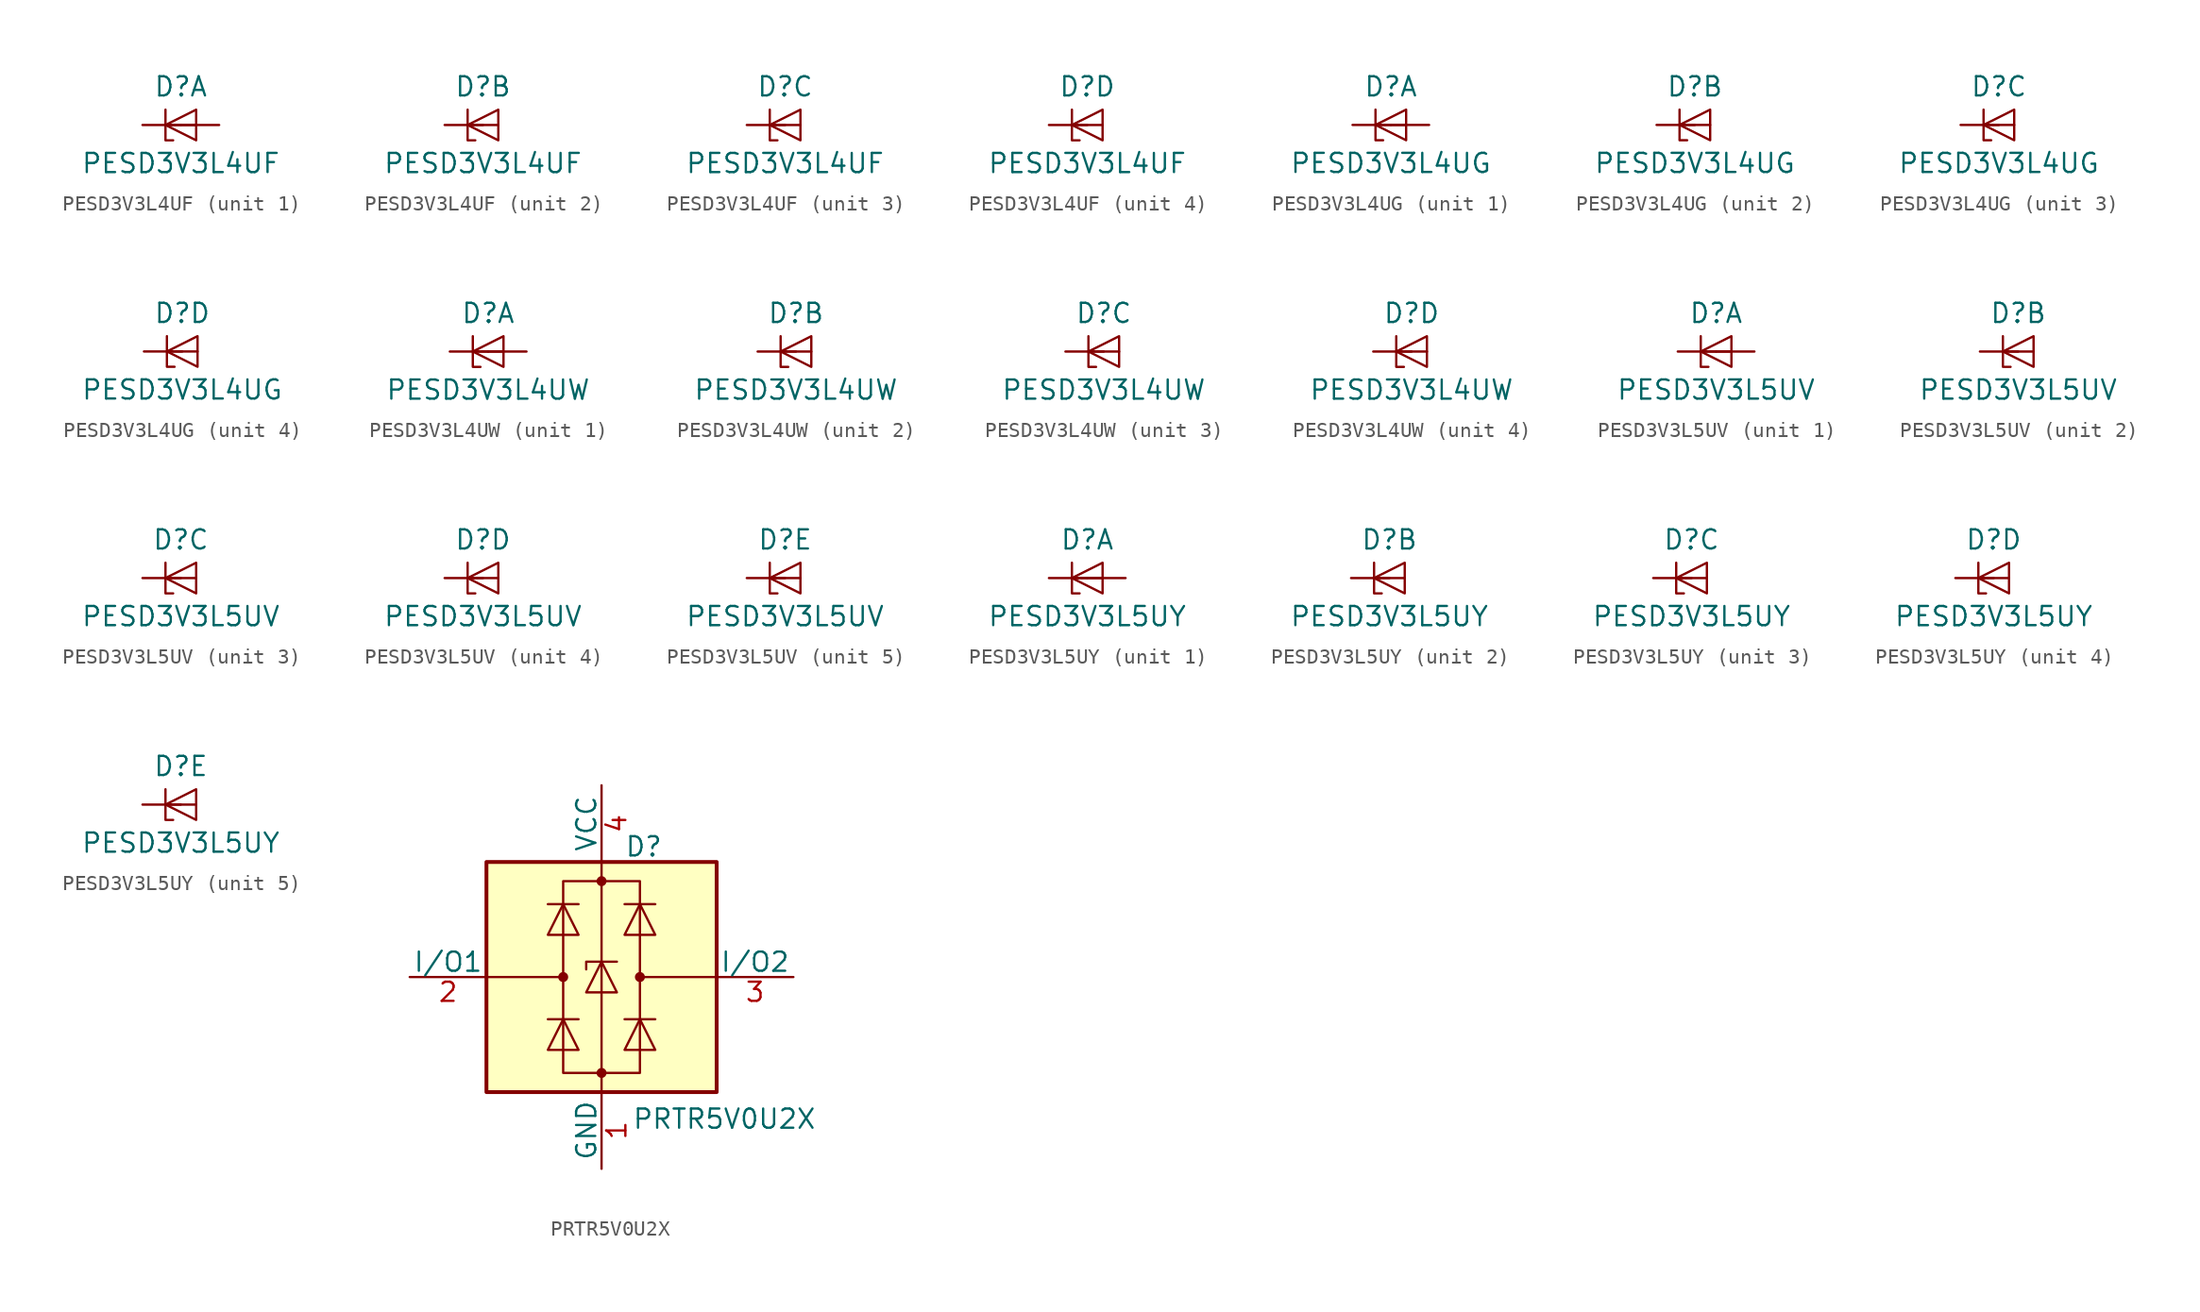
<source format=kicad_sym>
(kicad_symbol_lib
  (version 20201005)
  (generator kicad_symbol_editor)
  (symbol "PESD3V3L4UF"
    (pin_numbers hide)
    (pin_names hide)
    (property "Reference" "D"
      (at 0 2.54 0)
      (effects (font (size 1.27 1.27))))
    (property "Value" "PESD3V3L4UF"
      (at 0 -2.54 0)
      (effects (font (size 1.27 1.27))))
    (property "ki_locked" ""
      (at 0 0 0)
      (effects (font (size 1.27 1.27))))
    (symbol "PESD3V3L4UF_0_1"
      (polyline (pts (xy -1.016 0) (xy 1.016 0)) (stroke (width 0)) (fill (type none)))
      (polyline (pts (xy -1.016 1.016) (xy -1.016 -1.016) (xy -0.508 -1.016)) (stroke (width 0)) (fill (type none)))
      (polyline (pts (xy 1.016 1.016) (xy -1.016 0) (xy 1.016 -1.016) (xy 1.016 1.016)) (stroke (width 0)) (fill (type none))))
    (symbol "PESD3V3L4UF_1_1"
      (pin passive line (at -2.54 0 0) (length 2.54) (name "K1" (effects (font (size 1.27 1.27)))) (number "1" (effects (font (size 1.27 1.27)))))
      (pin passive line (at 2.54 0 180) (length 2.54) (name "A" (effects (font (size 1.27 1.27)))) (number "2" (effects (font (size 1.27 1.27)))))
      (pin passive line (at 2.54 0 180) (length 2.54) hide (name "A" (effects (font (size 1.27 1.27)))) (number "5" (effects (font (size 1.27 1.27))))))
    (symbol "PESD3V3L4UF_2_1"
      (pin passive line (at -2.54 0 0) (length 2.54) (name "K2" (effects (font (size 1.27 1.27)))) (number "3" (effects (font (size 1.27 1.27))))))
    (symbol "PESD3V3L4UF_3_1"
      (pin passive line (at -2.54 0 0) (length 2.54) (name "K3" (effects (font (size 1.27 1.27)))) (number "4" (effects (font (size 1.27 1.27))))))
    (symbol "PESD3V3L4UF_4_1"
      (pin passive line (at -2.54 0 0) (length 2.54) (name "K4" (effects (font (size 1.27 1.27)))) (number "6" (effects (font (size 1.27 1.27)))))))
  (symbol "PESD3V3L4UG"
    (pin_numbers hide)
    (pin_names hide)
    (property "Reference" "D"
      (at 0 2.54 0)
      (effects (font (size 1.27 1.27))))
    (property "Value" "PESD3V3L4UG"
      (at 0 -2.54 0)
      (effects (font (size 1.27 1.27))))
    (property "ki_locked" ""
      (at 0 0 0)
      (effects (font (size 1.27 1.27))))
    (symbol "PESD3V3L4UG_0_1"
      (polyline (pts (xy -1.016 0) (xy 1.016 0)) (stroke (width 0)) (fill (type none)))
      (polyline (pts (xy -1.016 1.016) (xy -1.016 -1.016) (xy -0.508 -1.016)) (stroke (width 0)) (fill (type none)))
      (polyline (pts (xy 1.016 1.016) (xy -1.016 0) (xy 1.016 -1.016) (xy 1.016 1.016)) (stroke (width 0)) (fill (type none))))
    (symbol "PESD3V3L4UG_1_1"
      (pin passive line (at -2.54 0 0) (length 2.54) (name "K1" (effects (font (size 1.27 1.27)))) (number "1" (effects (font (size 1.27 1.27)))))
      (pin passive line (at 2.54 0 180) (length 2.54) (name "A" (effects (font (size 1.27 1.27)))) (number "2" (effects (font (size 1.27 1.27))))))
    (symbol "PESD3V3L4UG_2_1"
      (pin passive line (at -2.54 0 0) (length 2.54) (name "K2" (effects (font (size 1.27 1.27)))) (number "3" (effects (font (size 1.27 1.27))))))
    (symbol "PESD3V3L4UG_3_1"
      (pin passive line (at -2.54 0 0) (length 2.54) (name "K3" (effects (font (size 1.27 1.27)))) (number "4" (effects (font (size 1.27 1.27))))))
    (symbol "PESD3V3L4UG_4_1"
      (pin passive line (at -2.54 0 0) (length 2.54) (name "K4" (effects (font (size 1.27 1.27)))) (number "6" (effects (font (size 1.27 1.27)))))))
  (symbol "PESD3V3L4UW"
    (pin_numbers hide)
    (pin_names hide)
    (property "Reference" "D"
      (at 0 2.54 0)
      (effects (font (size 1.27 1.27))))
    (property "Value" "PESD3V3L4UW"
      (at 0 -2.54 0)
      (effects (font (size 1.27 1.27))))
    (property "ki_locked" ""
      (at 0 0 0)
      (effects (font (size 1.27 1.27))))
    (symbol "PESD3V3L4UW_0_1"
      (polyline (pts (xy -1.016 0) (xy 1.016 0)) (stroke (width 0)) (fill (type none)))
      (polyline (pts (xy -1.016 1.016) (xy -1.016 -1.016) (xy -0.508 -1.016)) (stroke (width 0)) (fill (type none)))
      (polyline (pts (xy 1.016 1.016) (xy -1.016 0) (xy 1.016 -1.016) (xy 1.016 1.016)) (stroke (width 0)) (fill (type none))))
    (symbol "PESD3V3L4UW_1_1"
      (pin passive line (at -2.54 0 0) (length 2.54) (name "K1" (effects (font (size 1.27 1.27)))) (number "1" (effects (font (size 1.27 1.27)))))
      (pin passive line (at 2.54 0 180) (length 2.54) (name "A" (effects (font (size 1.27 1.27)))) (number "2" (effects (font (size 1.27 1.27))))))
    (symbol "PESD3V3L4UW_2_1"
      (pin passive line (at -2.54 0 0) (length 2.54) (name "K2" (effects (font (size 1.27 1.27)))) (number "3" (effects (font (size 1.27 1.27))))))
    (symbol "PESD3V3L4UW_3_1"
      (pin passive line (at -2.54 0 0) (length 2.54) (name "K3" (effects (font (size 1.27 1.27)))) (number "4" (effects (font (size 1.27 1.27))))))
    (symbol "PESD3V3L4UW_4_1"
      (pin passive line (at -2.54 0 0) (length 2.54) (name "K4" (effects (font (size 1.27 1.27)))) (number "6" (effects (font (size 1.27 1.27)))))))
  (symbol "PESD3V3L5UV"
    (pin_numbers hide)
    (pin_names hide)
    (property "Reference" "D"
      (at 0 2.54 0)
      (effects (font (size 1.27 1.27))))
    (property "Value" "PESD3V3L5UV"
      (at 0 -2.54 0)
      (effects (font (size 1.27 1.27))))
    (property "ki_locked" ""
      (at 0 0 0)
      (effects (font (size 1.27 1.27))))
    (symbol "PESD3V3L5UV_0_1"
      (polyline (pts (xy -1.016 0) (xy 1.016 0)) (stroke (width 0)) (fill (type none)))
      (polyline (pts (xy -1.016 1.016) (xy -1.016 -1.016) (xy -0.508 -1.016)) (stroke (width 0)) (fill (type none)))
      (polyline (pts (xy 1.016 1.016) (xy -1.016 0) (xy 1.016 -1.016) (xy 1.016 1.016)) (stroke (width 0)) (fill (type none))))
    (symbol "PESD3V3L5UV_1_1"
      (pin passive line (at -2.54 0 0) (length 2.54) (name "K1" (effects (font (size 1.27 1.27)))) (number "1" (effects (font (size 1.27 1.27)))))
      (pin passive line (at 2.54 0 180) (length 2.54) (name "A" (effects (font (size 1.27 1.27)))) (number "2" (effects (font (size 1.27 1.27))))))
    (symbol "PESD3V3L5UV_2_1"
      (pin passive line (at -2.54 0 0) (length 2.54) (name "K2" (effects (font (size 1.27 1.27)))) (number "3" (effects (font (size 1.27 1.27))))))
    (symbol "PESD3V3L5UV_3_1"
      (pin passive line (at -2.54 0 0) (length 2.54) (name "K3" (effects (font (size 1.27 1.27)))) (number "4" (effects (font (size 1.27 1.27))))))
    (symbol "PESD3V3L5UV_4_1"
      (pin passive line (at -2.54 0 0) (length 2.54) (name "K4" (effects (font (size 1.27 1.27)))) (number "5" (effects (font (size 1.27 1.27))))))
    (symbol "PESD3V3L5UV_5_1"
      (pin passive line (at -2.54 0 0) (length 2.54) (name "K5" (effects (font (size 1.27 1.27)))) (number "6" (effects (font (size 1.27 1.27)))))))
  (symbol "PESD3V3L5UY"
    (pin_numbers hide)
    (pin_names hide)
    (property "Reference" "D"
      (at 0 2.54 0)
      (effects (font (size 1.27 1.27))))
    (property "Value" "PESD3V3L5UY"
      (at 0 -2.54 0)
      (effects (font (size 1.27 1.27))))
    (property "ki_locked" ""
      (at 0 0 0)
      (effects (font (size 1.27 1.27))))
    (symbol "PESD3V3L5UY_0_1"
      (polyline (pts (xy -1.016 0) (xy 1.016 0)) (stroke (width 0)) (fill (type none)))
      (polyline (pts (xy -1.016 1.016) (xy -1.016 -1.016) (xy -0.508 -1.016)) (stroke (width 0)) (fill (type none)))
      (polyline (pts (xy 1.016 1.016) (xy -1.016 0) (xy 1.016 -1.016) (xy 1.016 1.016)) (stroke (width 0)) (fill (type none))))
    (symbol "PESD3V3L5UY_1_1"
      (pin passive line (at -2.54 0 0) (length 2.54) (name "K1" (effects (font (size 1.27 1.27)))) (number "1" (effects (font (size 1.27 1.27)))))
      (pin passive line (at 2.54 0 180) (length 2.54) (name "A" (effects (font (size 1.27 1.27)))) (number "2" (effects (font (size 1.27 1.27))))))
    (symbol "PESD3V3L5UY_2_1"
      (pin passive line (at -2.54 0 0) (length 2.54) (name "K2" (effects (font (size 1.27 1.27)))) (number "3" (effects (font (size 1.27 1.27))))))
    (symbol "PESD3V3L5UY_3_1"
      (pin passive line (at -2.54 0 0) (length 2.54) (name "K3" (effects (font (size 1.27 1.27)))) (number "4" (effects (font (size 1.27 1.27))))))
    (symbol "PESD3V3L5UY_4_1"
      (pin passive line (at -2.54 0 0) (length 2.54) (name "K4" (effects (font (size 1.27 1.27)))) (number "5" (effects (font (size 1.27 1.27))))))
    (symbol "PESD3V3L5UY_5_1"
      (pin passive line (at -2.54 0 0) (length 2.54) (name "K5" (effects (font (size 1.27 1.27)))) (number "6" (effects (font (size 1.27 1.27)))))))
  (symbol "PRTR5V0U2X"
    (pin_names
      (offset 0))
    (property "Reference" "D"
      (at 2.794 8.636 0)
      (effects (font (size 1.27 1.27))))
    (property "Value" "PRTR5V0U2X"
      (at 8.128 -9.398 0)
      (effects (font (size 1.27 1.27))))
    (symbol "PRTR5V0U2X_0_1"
      (circle (center -2.54 0) (radius 0.254) (stroke (width 0)) (fill (type outline)))
      (circle (center 0 -6.35) (radius 0.254) (stroke (width 0)) (fill (type outline)))
      (circle (center 0 6.35) (radius 0.254) (stroke (width 0)) (fill (type outline)))
      (circle (center 2.54 0) (radius 0.254) (stroke (width 0)) (fill (type outline)))
      (rectangle (start -7.62 -7.62) (end 7.62 7.62) (stroke (width 0.254)) (fill (type background)))
      (rectangle (start -2.54 6.35) (end 2.54 -6.35) (stroke (width 0)) (fill (type none)))
      (polyline (pts (xy -2.54 0) (xy -7.62 0)) (stroke (width 0)) (fill (type none)))
      (polyline (pts (xy -1.524 -2.794) (xy -3.556 -2.794)) (stroke (width 0)) (fill (type none)))
      (polyline (pts (xy -1.524 4.826) (xy -3.556 4.826)) (stroke (width 0)) (fill (type none)))
      (polyline (pts (xy 0 -7.62) (xy 0 7.62)) (stroke (width 0)) (fill (type none)))
      (polyline (pts (xy 1.524 -2.794) (xy 3.556 -2.794)) (stroke (width 0)) (fill (type none)))
      (polyline (pts (xy 1.524 4.826) (xy 3.556 4.826)) (stroke (width 0)) (fill (type none)))
      (polyline (pts (xy 2.54 0) (xy 7.62 0)) (stroke (width 0)) (fill (type none)))
      (polyline (pts (xy 1.016 1.016) (xy -1.016 1.016) (xy -1.016 0.508)) (stroke (width 0)) (fill (type none)))
      (polyline (pts (xy -3.556 -4.826) (xy -1.524 -4.826) (xy -2.54 -2.794) (xy -3.556 -4.826)) (stroke (width 0)) (fill (type none)))
      (polyline (pts (xy -3.556 2.794) (xy -1.524 2.794) (xy -2.54 4.826) (xy -3.556 2.794)) (stroke (width 0)) (fill (type none)))
      (polyline (pts (xy -1.016 -1.016) (xy 1.016 -1.016) (xy 0 1.016) (xy -1.016 -1.016)) (stroke (width 0)) (fill (type none)))
      (polyline (pts (xy 3.556 -4.826) (xy 1.524 -4.826) (xy 2.54 -2.794) (xy 3.556 -4.826)) (stroke (width 0)) (fill (type none)))
      (polyline (pts (xy 3.556 2.794) (xy 1.524 2.794) (xy 2.54 4.826) (xy 3.556 2.794)) (stroke (width 0)) (fill (type none))))
    (symbol "PRTR5V0U2X_1_1"
      (pin passive line (at 0 -12.7 90) (length 5.08) (name "GND" (effects (font (size 1.27 1.27)))) (number "1" (effects (font (size 1.27 1.27)))))
      (pin passive line (at -12.7 0 0) (length 5.08) (name "I/O1" (effects (font (size 1.27 1.27)))) (number "2" (effects (font (size 1.27 1.27)))))
      (pin passive line (at 12.7 0 180) (length 5.08) (name "I/O2" (effects (font (size 1.27 1.27)))) (number "3" (effects (font (size 1.27 1.27)))))
      (pin passive line (at 0 12.7 270) (length 5.08) (name "VCC" (effects (font (size 1.27 1.27)))) (number "4" (effects (font (size 1.27 1.27))))))))
</source>
